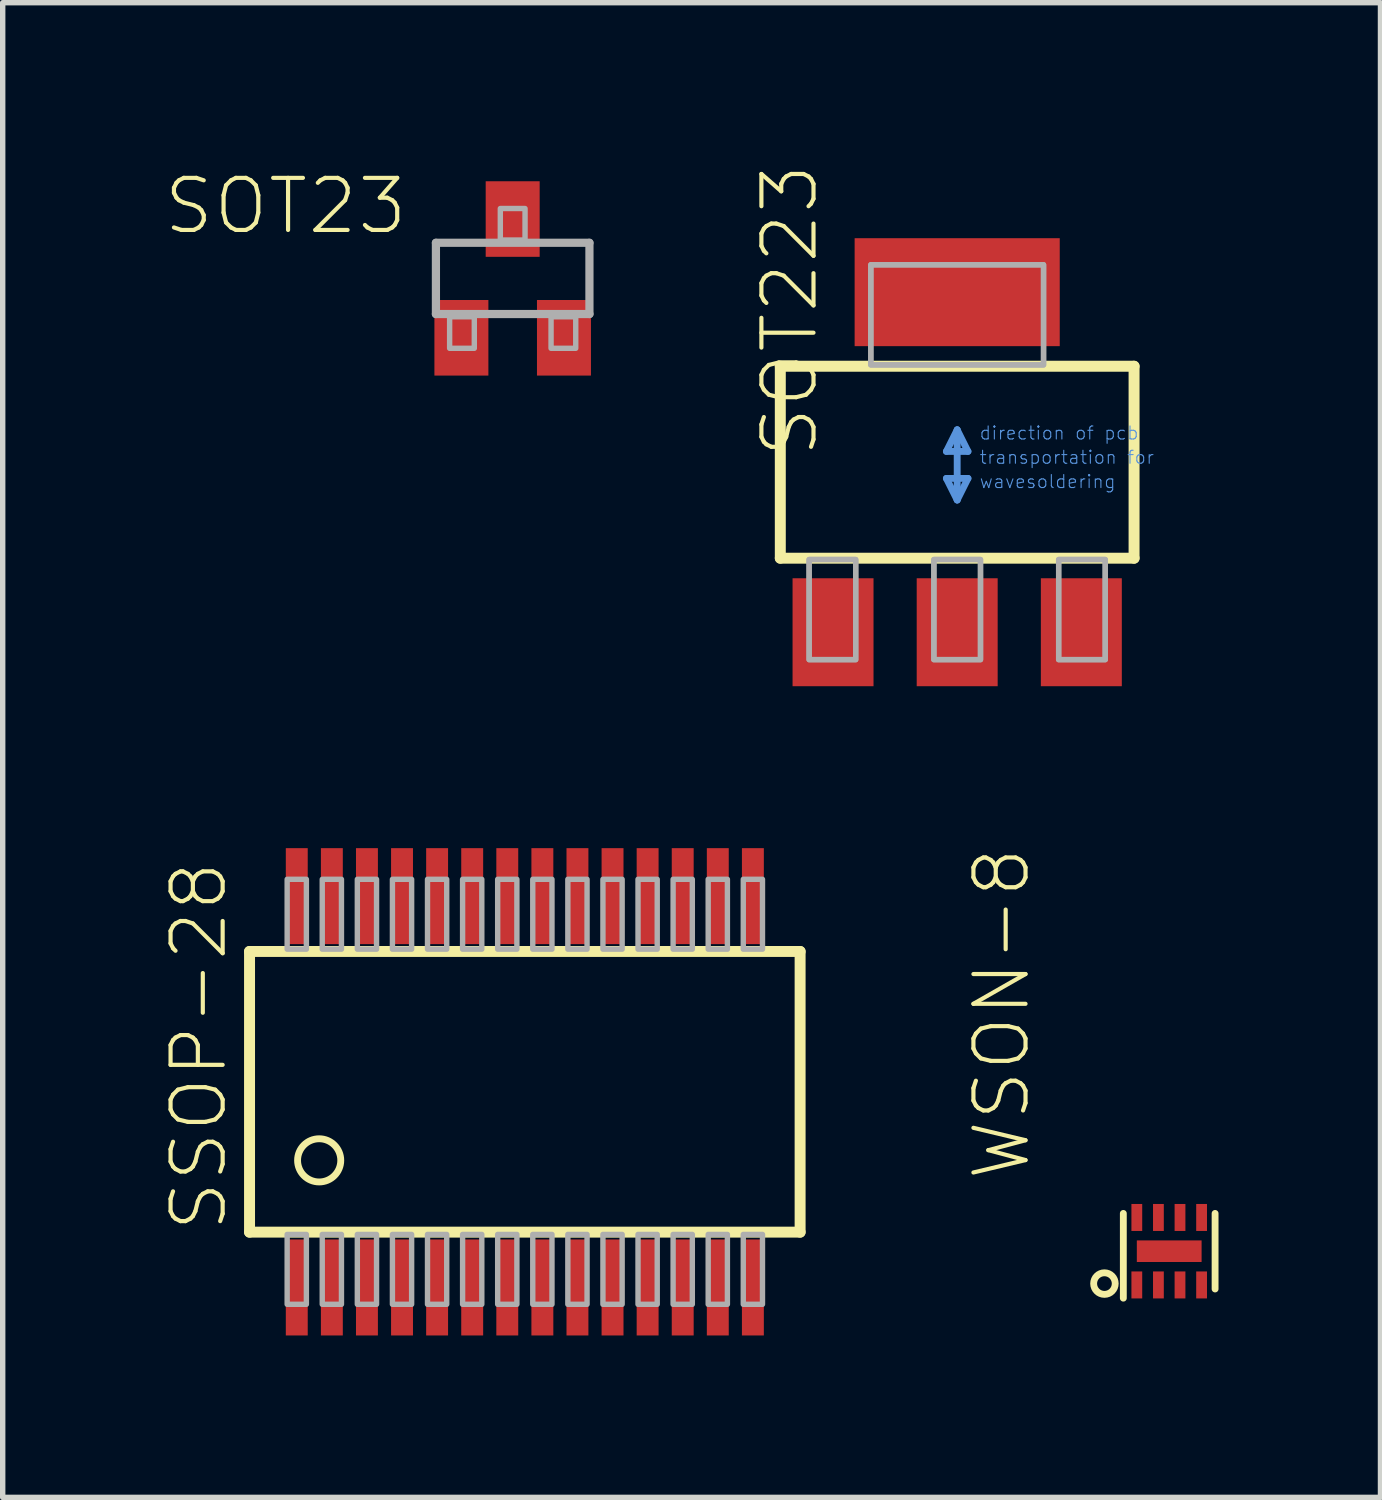
<source format=kicad_pcb>
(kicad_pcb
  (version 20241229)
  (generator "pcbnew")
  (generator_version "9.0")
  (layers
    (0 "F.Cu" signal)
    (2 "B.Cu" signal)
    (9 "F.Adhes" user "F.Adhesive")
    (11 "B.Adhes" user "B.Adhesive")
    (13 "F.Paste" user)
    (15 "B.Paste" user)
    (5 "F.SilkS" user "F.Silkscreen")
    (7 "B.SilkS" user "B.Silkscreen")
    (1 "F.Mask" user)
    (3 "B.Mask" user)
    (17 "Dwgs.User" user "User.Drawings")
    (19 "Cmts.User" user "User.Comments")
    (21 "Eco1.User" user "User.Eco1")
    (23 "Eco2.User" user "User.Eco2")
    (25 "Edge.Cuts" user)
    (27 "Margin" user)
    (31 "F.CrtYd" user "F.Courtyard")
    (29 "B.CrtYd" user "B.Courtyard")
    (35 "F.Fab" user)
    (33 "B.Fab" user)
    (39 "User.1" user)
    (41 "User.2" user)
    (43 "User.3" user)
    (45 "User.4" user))
  (footprint "SSOP-28"
    (layer "F.Cu")
    (at 6.673 17.177)
    (property "Reference" "SSOP-28" (at -5.476 2.63 90) (layer "F.SilkS") (effects (font (size 0.965 0.965) (thickness 0.077)) (justify left bottom)))
    (attr through_hole)
    (fp_line (start -5.1 2.6) (end -5.1 -2.6) (stroke (width 0.203) (type solid)) (layer "F.SilkS"))
    (fp_line (start -5.1 2.6) (end 5.1 2.6) (stroke (width 0.203) (type solid)) (layer "F.SilkS"))
    (fp_line (start 5.1 -2.6) (end -5.1 -2.6) (stroke (width 0.203) (type solid)) (layer "F.SilkS"))
    (fp_line (start 5.1 2.6) (end 5.1 -2.6) (stroke (width 0.203) (type solid)) (layer "F.SilkS"))
    (fp_circle (center -3.81 1.27) (end -3.41 1.27) (stroke (width 0.127) (type solid)) (fill no) (layer "F.SilkS"))
    (fp_poly (pts (xy -4.403 -2.642) (xy -4.047 -2.642) (xy -4.047 -3.937) (xy -4.403 -3.937)) (stroke (width 0.1) (type solid)) (fill no) (layer "F.Fab"))
    (fp_poly (pts (xy -4.403 3.937) (xy -4.047 3.937) (xy -4.047 2.642) (xy -4.403 2.642)) (stroke (width 0.1) (type solid)) (fill no) (layer "F.Fab"))
    (fp_poly (pts (xy -3.753 -2.642) (xy -3.397 -2.642) (xy -3.397 -3.937) (xy -3.753 -3.937)) (stroke (width 0.1) (type solid)) (fill no) (layer "F.Fab"))
    (fp_poly (pts (xy -3.753 3.937) (xy -3.397 3.937) (xy -3.397 2.642) (xy -3.753 2.642)) (stroke (width 0.1) (type solid)) (fill no) (layer "F.Fab"))
    (fp_poly (pts (xy -3.103 -2.642) (xy -2.747 -2.642) (xy -2.747 -3.937) (xy -3.103 -3.937)) (stroke (width 0.1) (type solid)) (fill no) (layer "F.Fab"))
    (fp_poly (pts (xy -3.103 3.937) (xy -2.747 3.937) (xy -2.747 2.642) (xy -3.103 2.642)) (stroke (width 0.1) (type solid)) (fill no) (layer "F.Fab"))
    (fp_poly (pts (xy -2.453 -2.642) (xy -2.097 -2.642) (xy -2.097 -3.937) (xy -2.453 -3.937)) (stroke (width 0.1) (type solid)) (fill no) (layer "F.Fab"))
    (fp_poly (pts (xy -2.453 3.937) (xy -2.097 3.937) (xy -2.097 2.642) (xy -2.453 2.642)) (stroke (width 0.1) (type solid)) (fill no) (layer "F.Fab"))
    (fp_poly (pts (xy -1.803 -2.642) (xy -1.447 -2.642) (xy -1.447 -3.937) (xy -1.803 -3.937)) (stroke (width 0.1) (type solid)) (fill no) (layer "F.Fab"))
    (fp_poly (pts (xy -1.803 3.937) (xy -1.447 3.937) (xy -1.447 2.642) (xy -1.803 2.642)) (stroke (width 0.1) (type solid)) (fill no) (layer "F.Fab"))
    (fp_poly (pts (xy -1.153 -2.642) (xy -0.797 -2.642) (xy -0.797 -3.937) (xy -1.153 -3.937)) (stroke (width 0.1) (type solid)) (fill no) (layer "F.Fab"))
    (fp_poly (pts (xy -1.153 3.937) (xy -0.797 3.937) (xy -0.797 2.642) (xy -1.153 2.642)) (stroke (width 0.1) (type solid)) (fill no) (layer "F.Fab"))
    (fp_poly (pts (xy -0.503 -2.642) (xy -0.147 -2.642) (xy -0.147 -3.937) (xy -0.503 -3.937)) (stroke (width 0.1) (type solid)) (fill no) (layer "F.Fab"))
    (fp_poly (pts (xy -0.503 3.937) (xy -0.147 3.937) (xy -0.147 2.642) (xy -0.503 2.642)) (stroke (width 0.1) (type solid)) (fill no) (layer "F.Fab"))
    (fp_poly (pts (xy 0.147 -2.642) (xy 0.503 -2.642) (xy 0.503 -3.937) (xy 0.147 -3.937)) (stroke (width 0.1) (type solid)) (fill no) (layer "F.Fab"))
    (fp_poly (pts (xy 0.147 3.937) (xy 0.503 3.937) (xy 0.503 2.642) (xy 0.147 2.642)) (stroke (width 0.1) (type solid)) (fill no) (layer "F.Fab"))
    (fp_poly (pts (xy 0.797 -2.642) (xy 1.153 -2.642) (xy 1.153 -3.937) (xy 0.797 -3.937)) (stroke (width 0.1) (type solid)) (fill no) (layer "F.Fab"))
    (fp_poly (pts (xy 0.797 3.937) (xy 1.153 3.937) (xy 1.153 2.642) (xy 0.797 2.642)) (stroke (width 0.1) (type solid)) (fill no) (layer "F.Fab"))
    (fp_poly (pts (xy 1.447 -2.642) (xy 1.803 -2.642) (xy 1.803 -3.937) (xy 1.447 -3.937)) (stroke (width 0.1) (type solid)) (fill no) (layer "F.Fab"))
    (fp_poly (pts (xy 1.447 3.937) (xy 1.803 3.937) (xy 1.803 2.642) (xy 1.447 2.642)) (stroke (width 0.1) (type solid)) (fill no) (layer "F.Fab"))
    (fp_poly (pts (xy 2.097 -2.642) (xy 2.453 -2.642) (xy 2.453 -3.937) (xy 2.097 -3.937)) (stroke (width 0.1) (type solid)) (fill no) (layer "F.Fab"))
    (fp_poly (pts (xy 2.097 3.937) (xy 2.453 3.937) (xy 2.453 2.642) (xy 2.097 2.642)) (stroke (width 0.1) (type solid)) (fill no) (layer "F.Fab"))
    (fp_poly (pts (xy 2.747 -2.642) (xy 3.103 -2.642) (xy 3.103 -3.937) (xy 2.747 -3.937)) (stroke (width 0.1) (type solid)) (fill no) (layer "F.Fab"))
    (fp_poly (pts (xy 2.747 3.937) (xy 3.103 3.937) (xy 3.103 2.642) (xy 2.747 2.642)) (stroke (width 0.1) (type solid)) (fill no) (layer "F.Fab"))
    (fp_poly (pts (xy 3.397 -2.642) (xy 3.753 -2.642) (xy 3.753 -3.937) (xy 3.397 -3.937)) (stroke (width 0.1) (type solid)) (fill no) (layer "F.Fab"))
    (fp_poly (pts (xy 3.397 3.937) (xy 3.753 3.937) (xy 3.753 2.642) (xy 3.397 2.642)) (stroke (width 0.1) (type solid)) (fill no) (layer "F.Fab"))
    (fp_poly (pts (xy 4.047 -2.642) (xy 4.403 -2.642) (xy 4.403 -3.937) (xy 4.047 -3.937)) (stroke (width 0.1) (type solid)) (fill no) (layer "F.Fab"))
    (fp_poly (pts (xy 4.047 3.937) (xy 4.403 3.937) (xy 4.403 2.642) (xy 4.047 2.642)) (stroke (width 0.1) (type solid)) (fill no) (layer "F.Fab"))
    (pad "1" smd rect (at -4.225 3.625) (size 0.406 1.778) (layers "F.Cu" "F.Mask" "F.Paste"))
    (pad "2" smd rect (at -3.575 3.625) (size 0.406 1.778) (layers "F.Cu" "F.Mask" "F.Paste"))
    (pad "3" smd rect (at -2.925 3.625) (size 0.406 1.778) (layers "F.Cu" "F.Mask" "F.Paste"))
    (pad "4" smd rect (at -2.275 3.625) (size 0.406 1.778) (layers "F.Cu" "F.Mask" "F.Paste"))
    (pad "5" smd rect (at -1.625 3.625) (size 0.406 1.778) (layers "F.Cu" "F.Mask" "F.Paste"))
    (pad "6" smd rect (at -0.975 3.625) (size 0.406 1.778) (layers "F.Cu" "F.Mask" "F.Paste"))
    (pad "7" smd rect (at -0.325 3.625) (size 0.406 1.778) (layers "F.Cu" "F.Mask" "F.Paste"))
    (pad "8" smd rect (at 0.325 3.625) (size 0.406 1.778) (layers "F.Cu" "F.Mask" "F.Paste"))
    (pad "9" smd rect (at 0.975 3.625) (size 0.406 1.778) (layers "F.Cu" "F.Mask" "F.Paste"))
    (pad "10" smd rect (at 1.625 3.625) (size 0.406 1.778) (layers "F.Cu" "F.Mask" "F.Paste"))
    (pad "11" smd rect (at 2.275 3.625) (size 0.406 1.778) (layers "F.Cu" "F.Mask" "F.Paste"))
    (pad "12" smd rect (at 2.925 3.625) (size 0.406 1.778) (layers "F.Cu" "F.Mask" "F.Paste"))
    (pad "13" smd rect (at 3.575 3.625) (size 0.406 1.778) (layers "F.Cu" "F.Mask" "F.Paste"))
    (pad "14" smd rect (at 4.225 3.625) (size 0.406 1.778) (layers "F.Cu" "F.Mask" "F.Paste"))
    (pad "15" smd rect (at 4.225 -3.625) (size 0.406 1.778) (layers "F.Cu" "F.Mask" "F.Paste"))
    (pad "16" smd rect (at 3.575 -3.625) (size 0.406 1.778) (layers "F.Cu" "F.Mask" "F.Paste"))
    (pad "17" smd rect (at 2.925 -3.625) (size 0.406 1.778) (layers "F.Cu" "F.Mask" "F.Paste"))
    (pad "18" smd rect (at 2.275 -3.625) (size 0.406 1.778) (layers "F.Cu" "F.Mask" "F.Paste"))
    (pad "19" smd rect (at 1.625 -3.625) (size 0.406 1.778) (layers "F.Cu" "F.Mask" "F.Paste"))
    (pad "20" smd rect (at 0.975 -3.625) (size 0.406 1.778) (layers "F.Cu" "F.Mask" "F.Paste"))
    (pad "21" smd rect (at 0.325 -3.625) (size 0.406 1.778) (layers "F.Cu" "F.Mask" "F.Paste"))
    (pad "22" smd rect (at -0.325 -3.625) (size 0.406 1.778) (layers "F.Cu" "F.Mask" "F.Paste"))
    (pad "23" smd rect (at -0.975 -3.625) (size 0.406 1.778) (layers "F.Cu" "F.Mask" "F.Paste"))
    (pad "24" smd rect (at -1.625 -3.625) (size 0.406 1.778) (layers "F.Cu" "F.Mask" "F.Paste"))
    (pad "25" smd rect (at -2.275 -3.625) (size 0.406 1.778) (layers "F.Cu" "F.Mask" "F.Paste"))
    (pad "26" smd rect (at -2.925 -3.625) (size 0.406 1.778) (layers "F.Cu" "F.Mask" "F.Paste"))
    (pad "27" smd rect (at -3.575 -3.625) (size 0.406 1.778) (layers "F.Cu" "F.Mask" "F.Paste"))
    (pad "28" smd rect (at -4.225 -3.625) (size 0.406 1.778) (layers "F.Cu" "F.Mask" "F.Paste")))
  (footprint "SOT23"
    (layer "F.Cu")
    (at 6.448 2.108)
    (property "Reference" "SOT23" (at -1.905 -1.905 180) (layer "F.SilkS") (effects (font (size 0.965 0.965) (thickness 0.077)) (justify right top)))
    (attr through_hole)
    (fp_line (start -1.422 -0.66) (end 1.422 -0.66) (stroke (width 0.152) (type solid)) (layer "F.Fab"))
    (fp_line (start -1.422 0.66) (end -1.422 -0.66) (stroke (width 0.152) (type solid)) (layer "F.Fab"))
    (fp_line (start 1.422 -0.66) (end 1.422 0.66) (stroke (width 0.152) (type solid)) (layer "F.Fab"))
    (fp_line (start 1.422 0.66) (end -1.422 0.66) (stroke (width 0.152) (type solid)) (layer "F.Fab"))
    (fp_poly (pts (xy -1.168 1.295) (xy -0.711 1.295) (xy -0.711 0.711) (xy -1.168 0.711)) (stroke (width 0.1) (type solid)) (fill no) (layer "F.Fab"))
    (fp_poly (pts (xy -0.229 -0.711) (xy 0.229 -0.711) (xy 0.229 -1.295) (xy -0.229 -1.295)) (stroke (width 0.1) (type solid)) (fill no) (layer "F.Fab"))
    (fp_poly (pts (xy 0.711 1.295) (xy 1.168 1.295) (xy 1.168 0.711) (xy 0.711 0.711)) (stroke (width 0.1) (type solid)) (fill no) (layer "F.Fab"))
    (pad "1" smd rect (at -0.95 1.1) (size 1 1.4) (layers "F.Cu" "F.Mask" "F.Paste"))
    (pad "2" smd rect (at 0.95 1.1) (size 1 1.4) (layers "F.Cu" "F.Mask" "F.Paste"))
    (pad "3" smd rect (at 0 -1.1) (size 1 1.4) (layers "F.Cu" "F.Mask" "F.Paste")))
  (footprint "WSON-8"
    (layer "F.Cu")
    (at 18.611 20.13)
    (property "Reference" "WSON-8" (at -2.54 -1.27 270) (layer "F.SilkS") (effects (font (size 0.965 0.965) (thickness 0.077)) (justify left bottom)))
    (attr through_hole)
    (fp_line (start -0.85 -0.7) (end -0.85 0.87) (stroke (width 0.127) (type solid)) (layer "F.SilkS"))
    (fp_line (start 0.85 -0.7) (end 0.85 0.7) (stroke (width 0.127) (type solid)) (layer "F.SilkS"))
    (fp_circle (center -1.2 0.6) (end -1 0.6) (stroke (width 0.127) (type solid)) (fill no) (layer "F.SilkS"))
    (pad "1" smd rect (at -0.6 0.625 90) (size 0.5 0.2) (layers "F.Cu" "F.Mask" "F.Paste"))
    (pad "2" smd rect (at -0.2 0.625 90) (size 0.5 0.2) (layers "F.Cu" "F.Mask" "F.Paste"))
    (pad "3" smd rect (at 0.2 0.625 90) (size 0.5 0.2) (layers "F.Cu" "F.Mask" "F.Paste"))
    (pad "4" smd rect (at 0.6 0.625 90) (size 0.5 0.2) (layers "F.Cu" "F.Mask" "F.Paste"))
    (pad "5" smd rect (at 0.6 -0.625 90) (size 0.5 0.2) (layers "F.Cu" "F.Mask" "F.Paste"))
    (pad "6" smd rect (at 0.2 -0.625 90) (size 0.5 0.2) (layers "F.Cu" "F.Mask" "F.Paste"))
    (pad "7" smd rect (at -0.2 -0.625 90) (size 0.5 0.2) (layers "F.Cu" "F.Mask" "F.Paste"))
    (pad "8" smd rect (at -0.6 -0.625 90) (size 0.5 0.2) (layers "F.Cu" "F.Mask" "F.Paste"))
    (pad "9" smd rect (at 0 0 180) (size 1.2 0.4) (layers "F.Cu" "F.Mask" "F.Paste")))
  (footprint "SOT223"
    (layer "F.Cu")
    (at 14.683 5.513)
    (property "Reference" "SOT223" (at -2.54 -0.051 90) (layer "F.SilkS") (effects (font (size 0.965 0.965) (thickness 0.077)) (justify left bottom)))
    (attr through_hole)
    (fp_line (start -3.277 -1.778) (end 3.277 -1.778) (stroke (width 0.203) (type solid)) (layer "F.SilkS"))
    (fp_line (start -3.277 1.778) (end -3.277 -1.778) (stroke (width 0.203) (type solid)) (layer "F.SilkS"))
    (fp_line (start 3.277 -1.778) (end 3.277 1.778) (stroke (width 0.203) (type solid)) (layer "F.SilkS"))
    (fp_line (start 3.277 1.778) (end -3.277 1.778) (stroke (width 0.203) (type solid)) (layer "F.SilkS"))
    (fp_line (start -0.2 -0.2) (end 0.2 -0.2) (stroke (width 0.127) (type solid)) (layer "Cmts.User"))
    (fp_line (start -0.2 0.3) (end 0 0.7) (stroke (width 0.127) (type solid)) (layer "Cmts.User"))
    (fp_line (start 0 -0.6) (end -0.2 -0.2) (stroke (width 0.127) (type solid)) (layer "Cmts.User"))
    (fp_line (start 0 0.7) (end 0 -0.6) (stroke (width 0.127) (type solid)) (layer "Cmts.User"))
    (fp_line (start 0 0.7) (end 0.2 0.3) (stroke (width 0.127) (type solid)) (layer "Cmts.User"))
    (fp_line (start 0.2 -0.2) (end 0 -0.6) (stroke (width 0.127) (type solid)) (layer "Cmts.User"))
    (fp_line (start 0.2 0.3) (end -0.2 0.3) (stroke (width 0.127) (type solid)) (layer "Cmts.User"))
    (fp_poly (pts (xy -2.743 1.803) (xy -2.743 3.658) (xy -1.88 3.658) (xy -1.88 1.803)) (stroke (width 0.1) (type solid)) (fill no) (layer "F.Fab"))
    (fp_poly (pts (xy -2.743 1.803) (xy -2.743 3.658) (xy -1.88 3.658) (xy -1.88 1.803)) (stroke (width 0.1) (type solid)) (fill no) (layer "F.Fab"))
    (fp_poly (pts (xy -1.6 -3.658) (xy -1.6 -1.803) (xy 1.6 -1.803) (xy 1.6 -3.658)) (stroke (width 0.1) (type solid)) (fill no) (layer "F.Fab"))
    (fp_poly (pts (xy -1.6 -3.658) (xy -1.6 -1.803) (xy 1.6 -1.803) (xy 1.6 -3.658)) (stroke (width 0.1) (type solid)) (fill no) (layer "F.Fab"))
    (fp_poly (pts (xy -0.432 1.803) (xy -0.432 3.658) (xy 0.432 3.658) (xy 0.432 1.803)) (stroke (width 0.1) (type solid)) (fill no) (layer "F.Fab"))
    (fp_poly (pts (xy -0.432 1.803) (xy -0.432 3.658) (xy 0.432 3.658) (xy 0.432 1.803)) (stroke (width 0.1) (type solid)) (fill no) (layer "F.Fab"))
    (fp_poly (pts (xy 1.88 1.803) (xy 1.88 3.658) (xy 2.743 3.658) (xy 2.743 1.803)) (stroke (width 0.1) (type solid)) (fill no) (layer "F.Fab"))
    (fp_poly (pts (xy 1.88 1.803) (xy 1.88 3.658) (xy 2.743 3.658) (xy 2.743 1.803)) (stroke (width 0.1) (type solid)) (fill no) (layer "F.Fab"))
    (fp_text user "wavesoldering" (at 0.4 0.5 0) (layer "Cmts.User") (effects (font (size 0.241 0.241) (thickness 0.02)) (justify left bottom)))
    (fp_text user "direction of pcb" (at 0.4 -0.4 0) (layer "Cmts.User") (effects (font (size 0.241 0.241) (thickness 0.02)) (justify left bottom)))
    (fp_text user "transportation for" (at 0.4 0.05 0) (layer "Cmts.User") (effects (font (size 0.241 0.241) (thickness 0.02)) (justify left bottom)))
    (pad "1" smd rect (at -2.3 3.15) (size 1.5 2) (layers "F.Cu" "F.Mask" "F.Paste"))
    (pad "2" smd rect (at 0 3.15) (size 1.5 2) (layers "F.Cu" "F.Mask" "F.Paste"))
    (pad "3" smd rect (at 2.3 3.15) (size 1.5 2) (layers "F.Cu" "F.Mask" "F.Paste"))
    (pad "4" smd rect (at 0 -3.15) (size 3.8 2) (layers "F.Cu" "F.Mask" "F.Paste")))
  (gr_rect
    (start -3 -3)
    (end 22.525 24.691)
    (stroke (width 0.1) (type default))
    (fill no)
    (layer "Edge.Cuts")))
</source>
